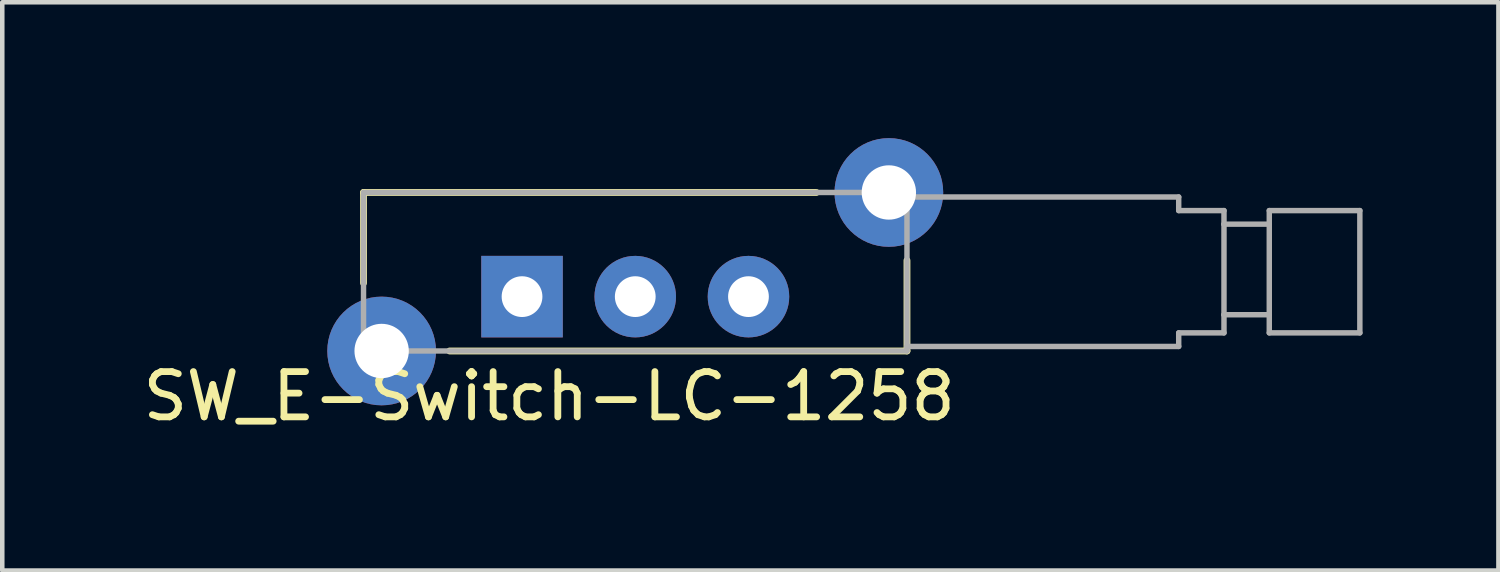
<source format=kicad_pcb>
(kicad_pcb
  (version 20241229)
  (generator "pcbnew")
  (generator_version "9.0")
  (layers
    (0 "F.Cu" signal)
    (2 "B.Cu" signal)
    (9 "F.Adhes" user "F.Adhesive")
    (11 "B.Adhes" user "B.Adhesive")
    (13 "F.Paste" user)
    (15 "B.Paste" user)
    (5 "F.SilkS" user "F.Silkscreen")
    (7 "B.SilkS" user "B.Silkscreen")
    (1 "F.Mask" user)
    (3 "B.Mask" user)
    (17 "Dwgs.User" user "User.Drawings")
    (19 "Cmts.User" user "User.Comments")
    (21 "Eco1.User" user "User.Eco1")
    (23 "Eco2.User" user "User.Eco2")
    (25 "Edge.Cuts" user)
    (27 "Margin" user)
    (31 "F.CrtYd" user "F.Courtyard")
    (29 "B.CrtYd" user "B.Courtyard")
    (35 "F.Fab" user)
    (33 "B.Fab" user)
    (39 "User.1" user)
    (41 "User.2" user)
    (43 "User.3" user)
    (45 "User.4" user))
  (footprint "SW_E-Switch-LC-1258"
    (layer "F.Cu")
    (at 8.477 3.5)
    (property "Reference" "SW_E-Switch-LC-1258" (at 0.6 2.2 0) (layer "F.SilkS") (effects (font (size 1 1) (thickness 0.15))))
    (attr through_hole)
    (fp_line (start -3.5 -2.3) (end 6.5 -2.3) (stroke (width 0.15) (type solid)) (layer "F.SilkS"))
    (fp_line (start -3.5 -0.3) (end -3.5 -2.3) (stroke (width 0.15) (type solid)) (layer "F.SilkS"))
    (fp_line (start 8.5 -0.8) (end 8.5 1.2) (stroke (width 0.15) (type solid)) (layer "F.SilkS"))
    (fp_line (start 8.5 1.2) (end -1.6 1.2) (stroke (width 0.15) (type solid)) (layer "F.SilkS"))
    (fp_line (start -3.5 1.2) (end -3.5 -2.3) (stroke (width 0.12) (type solid)) (layer "F.Fab"))
    (fp_line (start 8.5 -2.3) (end -3.5 -2.3) (stroke (width 0.12) (type solid)) (layer "F.Fab"))
    (fp_line (start 8.5 1.2) (end -3.5 1.2) (stroke (width 0.12) (type solid)) (layer "F.Fab"))
    (fp_line (start 8.5 1.2) (end 8.5 -2.3) (stroke (width 0.12) (type solid)) (layer "F.Fab"))
    (fp_line (start 14.5 -2.2) (end 8.5 -2.2) (stroke (width 0.12) (type solid)) (layer "F.Fab"))
    (fp_line (start 14.5 -1.9) (end 14.5 -2.2) (stroke (width 0.12) (type solid)) (layer "F.Fab"))
    (fp_line (start 14.5 0.8) (end 14.5 1.1) (stroke (width 0.12) (type solid)) (layer "F.Fab"))
    (fp_line (start 14.5 1.1) (end 8.5 1.1) (stroke (width 0.12) (type solid)) (layer "F.Fab"))
    (fp_line (start 15.5 -1.9) (end 14.5 -1.9) (stroke (width 0.12) (type solid)) (layer "F.Fab"))
    (fp_line (start 15.5 -1.6) (end 15.5 -1.9) (stroke (width 0.12) (type solid)) (layer "F.Fab"))
    (fp_line (start 15.5 -1.6) (end 15.5 0.4) (stroke (width 0.12) (type solid)) (layer "F.Fab"))
    (fp_line (start 15.5 -1.6) (end 16.5 -1.6) (stroke (width 0.12) (type solid)) (layer "F.Fab"))
    (fp_line (start 15.5 0.4) (end 15.5 0.8) (stroke (width 0.12) (type solid)) (layer "F.Fab"))
    (fp_line (start 15.5 0.4) (end 16.5 0.4) (stroke (width 0.12) (type solid)) (layer "F.Fab"))
    (fp_line (start 15.5 0.8) (end 14.5 0.8) (stroke (width 0.12) (type solid)) (layer "F.Fab"))
    (fp_line (start 16.5 -1.9) (end 16.5 0.8) (stroke (width 0.12) (type solid)) (layer "F.Fab"))
    (fp_line (start 16.5 0.8) (end 18.5 0.8) (stroke (width 0.12) (type solid)) (layer "F.Fab"))
    (fp_line (start 18.5 -1.9) (end 16.5 -1.9) (stroke (width 0.12) (type solid)) (layer "F.Fab"))
    (fp_line (start 18.5 0.8) (end 18.5 -1.9) (stroke (width 0.12) (type solid)) (layer "F.Fab"))
    (pad "" np_thru_hole circle (at -3.1 1.2) (size 2.4 2.4) (drill 1.2) (layers "*.Cu" "*.Mask"))
    (pad "" np_thru_hole circle (at 8.1 -2.3) (size 2.4 2.4) (drill 1.2) (layers "*.Cu" "*.Mask"))
    (pad "1" thru_hole rect (at 0 0) (size 1.8 1.8) (drill 0.9) (layers "*.Cu" "*.Mask"))
    (pad "2" thru_hole circle (at 2.5 0) (size 1.8 1.8) (drill 0.9) (layers "*.Cu" "*.Mask"))
    (pad "3" thru_hole circle (at 5 0) (size 1.8 1.8) (drill 0.9) (layers "*.Cu" "*.Mask")))
  (gr_rect
    (start -3 -3)
    (end 30.037 9.548)
    (stroke (width 0.1) (type default))
    (fill no)
    (layer "Edge.Cuts")))
</source>
